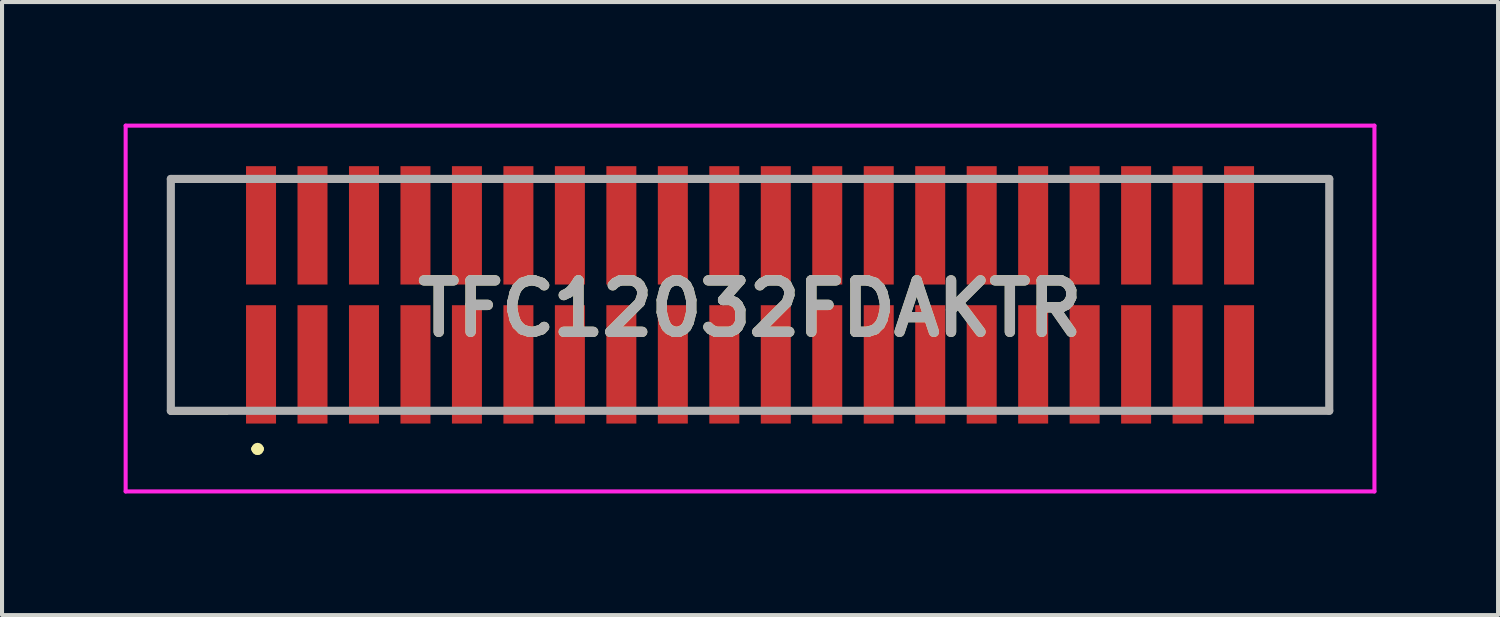
<source format=kicad_pcb>
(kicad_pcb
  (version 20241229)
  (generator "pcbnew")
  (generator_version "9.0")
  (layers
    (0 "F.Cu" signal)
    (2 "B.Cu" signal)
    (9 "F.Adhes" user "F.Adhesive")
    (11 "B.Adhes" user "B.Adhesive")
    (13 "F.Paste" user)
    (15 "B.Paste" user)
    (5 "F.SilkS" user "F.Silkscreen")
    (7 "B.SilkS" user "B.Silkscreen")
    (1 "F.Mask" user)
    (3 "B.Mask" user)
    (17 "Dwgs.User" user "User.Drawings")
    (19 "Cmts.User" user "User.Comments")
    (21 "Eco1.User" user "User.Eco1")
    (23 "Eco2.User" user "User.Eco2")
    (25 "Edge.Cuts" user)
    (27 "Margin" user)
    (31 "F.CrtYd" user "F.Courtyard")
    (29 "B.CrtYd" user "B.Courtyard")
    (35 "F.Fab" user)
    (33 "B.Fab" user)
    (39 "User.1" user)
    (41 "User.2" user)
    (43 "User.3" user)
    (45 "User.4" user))
  (footprint "TFC12032FDAKTR"
    (layer "F.Cu")
    (at 15.455 4.225)
    (property "Reference" "TFC12032FDAKTR" (at 0 0.338 0) (layer "F.SilkS") (effects (font (size 1.27 1.27) (thickness 0.254))))
    (attr through_hole)
    (fp_line (start -14.3 1) (end -14.3 2.9) (stroke (width 0.1) (type solid)) (layer "F.SilkS"))
    (fp_line (start -14.3 2.9) (end -14.3 2.9) (stroke (width 0.1) (type solid)) (layer "F.SilkS"))
    (fp_line (start -14.3 2.9) (end -12.9 2.9) (stroke (width 0.1) (type solid)) (layer "F.SilkS"))
    (fp_line (start -14.29 -2.86) (end -14.29 -2.86) (stroke (width 0.1) (type solid)) (layer "F.SilkS"))
    (fp_line (start -14.29 -2.86) (end -12.8 -2.86) (stroke (width 0.1) (type solid)) (layer "F.SilkS"))
    (fp_line (start -14.29 -2.8) (end -14.29 -2.8) (stroke (width 0.1) (type solid)) (layer "F.SilkS"))
    (fp_line (start -14.29 -2.8) (end -14.29 -1.1) (stroke (width 0.1) (type solid)) (layer "F.SilkS"))
    (fp_line (start -14.29 -1.1) (end -14.29 -2.8) (stroke (width 0.1) (type solid)) (layer "F.SilkS"))
    (fp_line (start -14.29 -1.1) (end -14.29 -1.1) (stroke (width 0.1) (type solid)) (layer "F.SilkS"))
    (fp_line (start -12.9 2.9) (end -14.3 2.9) (stroke (width 0.1) (type solid)) (layer "F.SilkS"))
    (fp_line (start -12.9 2.9) (end -12.9 2.9) (stroke (width 0.1) (type solid)) (layer "F.SilkS"))
    (fp_line (start -12.8 -2.86) (end -14.29 -2.86) (stroke (width 0.1) (type solid)) (layer "F.SilkS"))
    (fp_line (start -12.8 -2.86) (end -12.8 -2.86) (stroke (width 0.1) (type solid)) (layer "F.SilkS"))
    (fp_line (start -12.2 3.8) (end -12.2 3.8) (stroke (width 0.2) (type solid)) (layer "F.SilkS"))
    (fp_line (start -12.2 3.8) (end -12.2 3.8) (stroke (width 0.2) (type solid)) (layer "F.SilkS"))
    (fp_line (start -12.1 3.8) (end -12.1 3.8) (stroke (width 0.2) (type solid)) (layer "F.SilkS"))
    (fp_line (start 12.8 -2.86) (end 12.8 -2.86) (stroke (width 0.1) (type solid)) (layer "F.SilkS"))
    (fp_line (start 12.8 -2.86) (end 14.29 -2.86) (stroke (width 0.1) (type solid)) (layer "F.SilkS"))
    (fp_line (start 12.8 2.86) (end 12.8 2.86) (stroke (width 0.1) (type solid)) (layer "F.SilkS"))
    (fp_line (start 12.8 2.86) (end 14.29 2.86) (stroke (width 0.1) (type solid)) (layer "F.SilkS"))
    (fp_line (start 14.29 -2.86) (end 12.8 -2.86) (stroke (width 0.1) (type solid)) (layer "F.SilkS"))
    (fp_line (start 14.29 -2.86) (end 14.29 -2.86) (stroke (width 0.1) (type solid)) (layer "F.SilkS"))
    (fp_line (start 14.29 0.9) (end 14.29 2.8) (stroke (width 0.1) (type solid)) (layer "F.SilkS"))
    (fp_line (start 14.29 2.8) (end 14.3 2.8) (stroke (width 0.1) (type solid)) (layer "F.SilkS"))
    (fp_line (start 14.29 2.86) (end 12.8 2.86) (stroke (width 0.1) (type solid)) (layer "F.SilkS"))
    (fp_line (start 14.29 2.86) (end 14.29 2.86) (stroke (width 0.1) (type solid)) (layer "F.SilkS"))
    (fp_line (start 14.3 -2.8) (end 14.3 -2.8) (stroke (width 0.1) (type solid)) (layer "F.SilkS"))
    (fp_line (start 14.3 -2.8) (end 14.3 -1.1) (stroke (width 0.1) (type solid)) (layer "F.SilkS"))
    (fp_line (start 14.3 -1.1) (end 14.3 -2.8) (stroke (width 0.1) (type solid)) (layer "F.SilkS"))
    (fp_line (start 14.3 -1.1) (end 14.3 -1.1) (stroke (width 0.1) (type solid)) (layer "F.SilkS"))
    (fp_line (start 14.3 0.9) (end 14.29 0.9) (stroke (width 0.1) (type solid)) (layer "F.SilkS"))
    (fp_line (start 14.3 2.8) (end 14.3 0.9) (stroke (width 0.1) (type solid)) (layer "F.SilkS"))
    (fp_arc (start -12.2 3.8) (mid -12.15 3.75) (end -12.1 3.8) (stroke (width 0.2) (type solid)) (layer "F.SilkS"))
    (fp_arc (start -12.1 3.8) (mid -12.15 3.85) (end -12.2 3.8) (stroke (width 0.2) (type solid)) (layer "F.SilkS"))
    (fp_arc (start -12.1 3.8) (mid -12.15 3.85) (end -12.2 3.8) (stroke (width 0.2) (type solid)) (layer "F.SilkS"))
    (fp_line (start -15.405 -4.175) (end 15.405 -4.175) (stroke (width 0.1) (type solid)) (layer "F.CrtYd"))
    (fp_line (start -15.405 4.85) (end -15.405 -4.175) (stroke (width 0.1) (type solid)) (layer "F.CrtYd"))
    (fp_line (start 15.405 -4.175) (end 15.405 4.85) (stroke (width 0.1) (type solid)) (layer "F.CrtYd"))
    (fp_line (start 15.405 4.85) (end -15.405 4.85) (stroke (width 0.1) (type solid)) (layer "F.CrtYd"))
    (fp_line (start -14.29 -2.86) (end 14.29 -2.86) (stroke (width 0.2) (type solid)) (layer "F.Fab"))
    (fp_line (start -14.29 2.86) (end -14.29 -2.86) (stroke (width 0.2) (type solid)) (layer "F.Fab"))
    (fp_line (start 14.29 -2.86) (end 14.29 2.86) (stroke (width 0.2) (type solid)) (layer "F.Fab"))
    (fp_line (start 14.29 2.86) (end -14.29 2.86) (stroke (width 0.2) (type solid)) (layer "F.Fab"))
    (fp_text user "${REFERENCE}" (at 0 0.338 0) (layer "F.Fab") (effects (font (size 1.27 1.27) (thickness 0.254))))
    (pad "" np_thru_hole circle (at -13.655 0) (size 0.001 0.001) (drill 1.5) (layers "*.Cu" "*.Mask"))
    (pad "" np_thru_hole circle (at 13.655 0) (size 0.001 0.001) (drill 1.5) (layers "*.Cu" "*.Mask"))
    (pad "1" smd rect (at -12.065 1.715) (size 0.74 2.92) (layers "F.Cu" "F.Mask" "F.Paste"))
    (pad "2" smd rect (at -12.065 -1.715) (size 0.74 2.92) (layers "F.Cu" "F.Mask" "F.Paste"))
    (pad "3" smd rect (at -10.795 1.715) (size 0.74 2.92) (layers "F.Cu" "F.Mask" "F.Paste"))
    (pad "4" smd rect (at -10.795 -1.715) (size 0.74 2.92) (layers "F.Cu" "F.Mask" "F.Paste"))
    (pad "5" smd rect (at -9.525 1.715) (size 0.74 2.92) (layers "F.Cu" "F.Mask" "F.Paste"))
    (pad "6" smd rect (at -9.525 -1.715) (size 0.74 2.92) (layers "F.Cu" "F.Mask" "F.Paste"))
    (pad "7" smd rect (at -8.255 1.715) (size 0.74 2.92) (layers "F.Cu" "F.Mask" "F.Paste"))
    (pad "8" smd rect (at -8.255 -1.715) (size 0.74 2.92) (layers "F.Cu" "F.Mask" "F.Paste"))
    (pad "9" smd rect (at -6.985 1.715) (size 0.74 2.92) (layers "F.Cu" "F.Mask" "F.Paste"))
    (pad "10" smd rect (at -6.985 -1.715) (size 0.74 2.92) (layers "F.Cu" "F.Mask" "F.Paste"))
    (pad "11" smd rect (at -5.715 1.715) (size 0.74 2.92) (layers "F.Cu" "F.Mask" "F.Paste"))
    (pad "12" smd rect (at -5.715 -1.715) (size 0.74 2.92) (layers "F.Cu" "F.Mask" "F.Paste"))
    (pad "13" smd rect (at -4.445 1.715) (size 0.74 2.92) (layers "F.Cu" "F.Mask" "F.Paste"))
    (pad "14" smd rect (at -4.445 -1.715) (size 0.74 2.92) (layers "F.Cu" "F.Mask" "F.Paste"))
    (pad "15" smd rect (at -3.175 1.715) (size 0.74 2.92) (layers "F.Cu" "F.Mask" "F.Paste"))
    (pad "16" smd rect (at -3.175 -1.715) (size 0.74 2.92) (layers "F.Cu" "F.Mask" "F.Paste"))
    (pad "17" smd rect (at -1.905 1.715) (size 0.74 2.92) (layers "F.Cu" "F.Mask" "F.Paste"))
    (pad "18" smd rect (at -1.905 -1.715) (size 0.74 2.92) (layers "F.Cu" "F.Mask" "F.Paste"))
    (pad "19" smd rect (at -0.635 1.715) (size 0.74 2.92) (layers "F.Cu" "F.Mask" "F.Paste"))
    (pad "20" smd rect (at -0.635 -1.715) (size 0.74 2.92) (layers "F.Cu" "F.Mask" "F.Paste"))
    (pad "21" smd rect (at 0.635 1.715) (size 0.74 2.92) (layers "F.Cu" "F.Mask" "F.Paste"))
    (pad "22" smd rect (at 0.635 -1.715) (size 0.74 2.92) (layers "F.Cu" "F.Mask" "F.Paste"))
    (pad "23" smd rect (at 1.905 1.715) (size 0.74 2.92) (layers "F.Cu" "F.Mask" "F.Paste"))
    (pad "24" smd rect (at 1.905 -1.715) (size 0.74 2.92) (layers "F.Cu" "F.Mask" "F.Paste"))
    (pad "25" smd rect (at 3.175 1.715) (size 0.74 2.92) (layers "F.Cu" "F.Mask" "F.Paste"))
    (pad "26" smd rect (at 3.175 -1.715) (size 0.74 2.92) (layers "F.Cu" "F.Mask" "F.Paste"))
    (pad "27" smd rect (at 4.445 1.715) (size 0.74 2.92) (layers "F.Cu" "F.Mask" "F.Paste"))
    (pad "28" smd rect (at 4.445 -1.715) (size 0.74 2.92) (layers "F.Cu" "F.Mask" "F.Paste"))
    (pad "29" smd rect (at 5.715 1.715) (size 0.74 2.92) (layers "F.Cu" "F.Mask" "F.Paste"))
    (pad "30" smd rect (at 5.715 -1.715) (size 0.74 2.92) (layers "F.Cu" "F.Mask" "F.Paste"))
    (pad "31" smd rect (at 6.985 1.715) (size 0.74 2.92) (layers "F.Cu" "F.Mask" "F.Paste"))
    (pad "32" smd rect (at 6.985 -1.715) (size 0.74 2.92) (layers "F.Cu" "F.Mask" "F.Paste"))
    (pad "33" smd rect (at 8.255 1.715) (size 0.74 2.92) (layers "F.Cu" "F.Mask" "F.Paste"))
    (pad "34" smd rect (at 8.255 -1.715) (size 0.74 2.92) (layers "F.Cu" "F.Mask" "F.Paste"))
    (pad "35" smd rect (at 9.525 1.715) (size 0.74 2.92) (layers "F.Cu" "F.Mask" "F.Paste"))
    (pad "36" smd rect (at 9.525 -1.715) (size 0.74 2.92) (layers "F.Cu" "F.Mask" "F.Paste"))
    (pad "37" smd rect (at 10.795 1.715) (size 0.74 2.92) (layers "F.Cu" "F.Mask" "F.Paste"))
    (pad "38" smd rect (at 10.795 -1.715) (size 0.74 2.92) (layers "F.Cu" "F.Mask" "F.Paste"))
    (pad "39" smd rect (at 12.065 1.715) (size 0.74 2.92) (layers "F.Cu" "F.Mask" "F.Paste"))
    (pad "40" smd rect (at 12.065 -1.715) (size 0.74 2.92) (layers "F.Cu" "F.Mask" "F.Paste")))
  (gr_rect
    (start -3 -3)
    (end 33.91 12.125)
    (stroke (width 0.1) (type default))
    (fill no)
    (layer "Edge.Cuts")))
</source>
